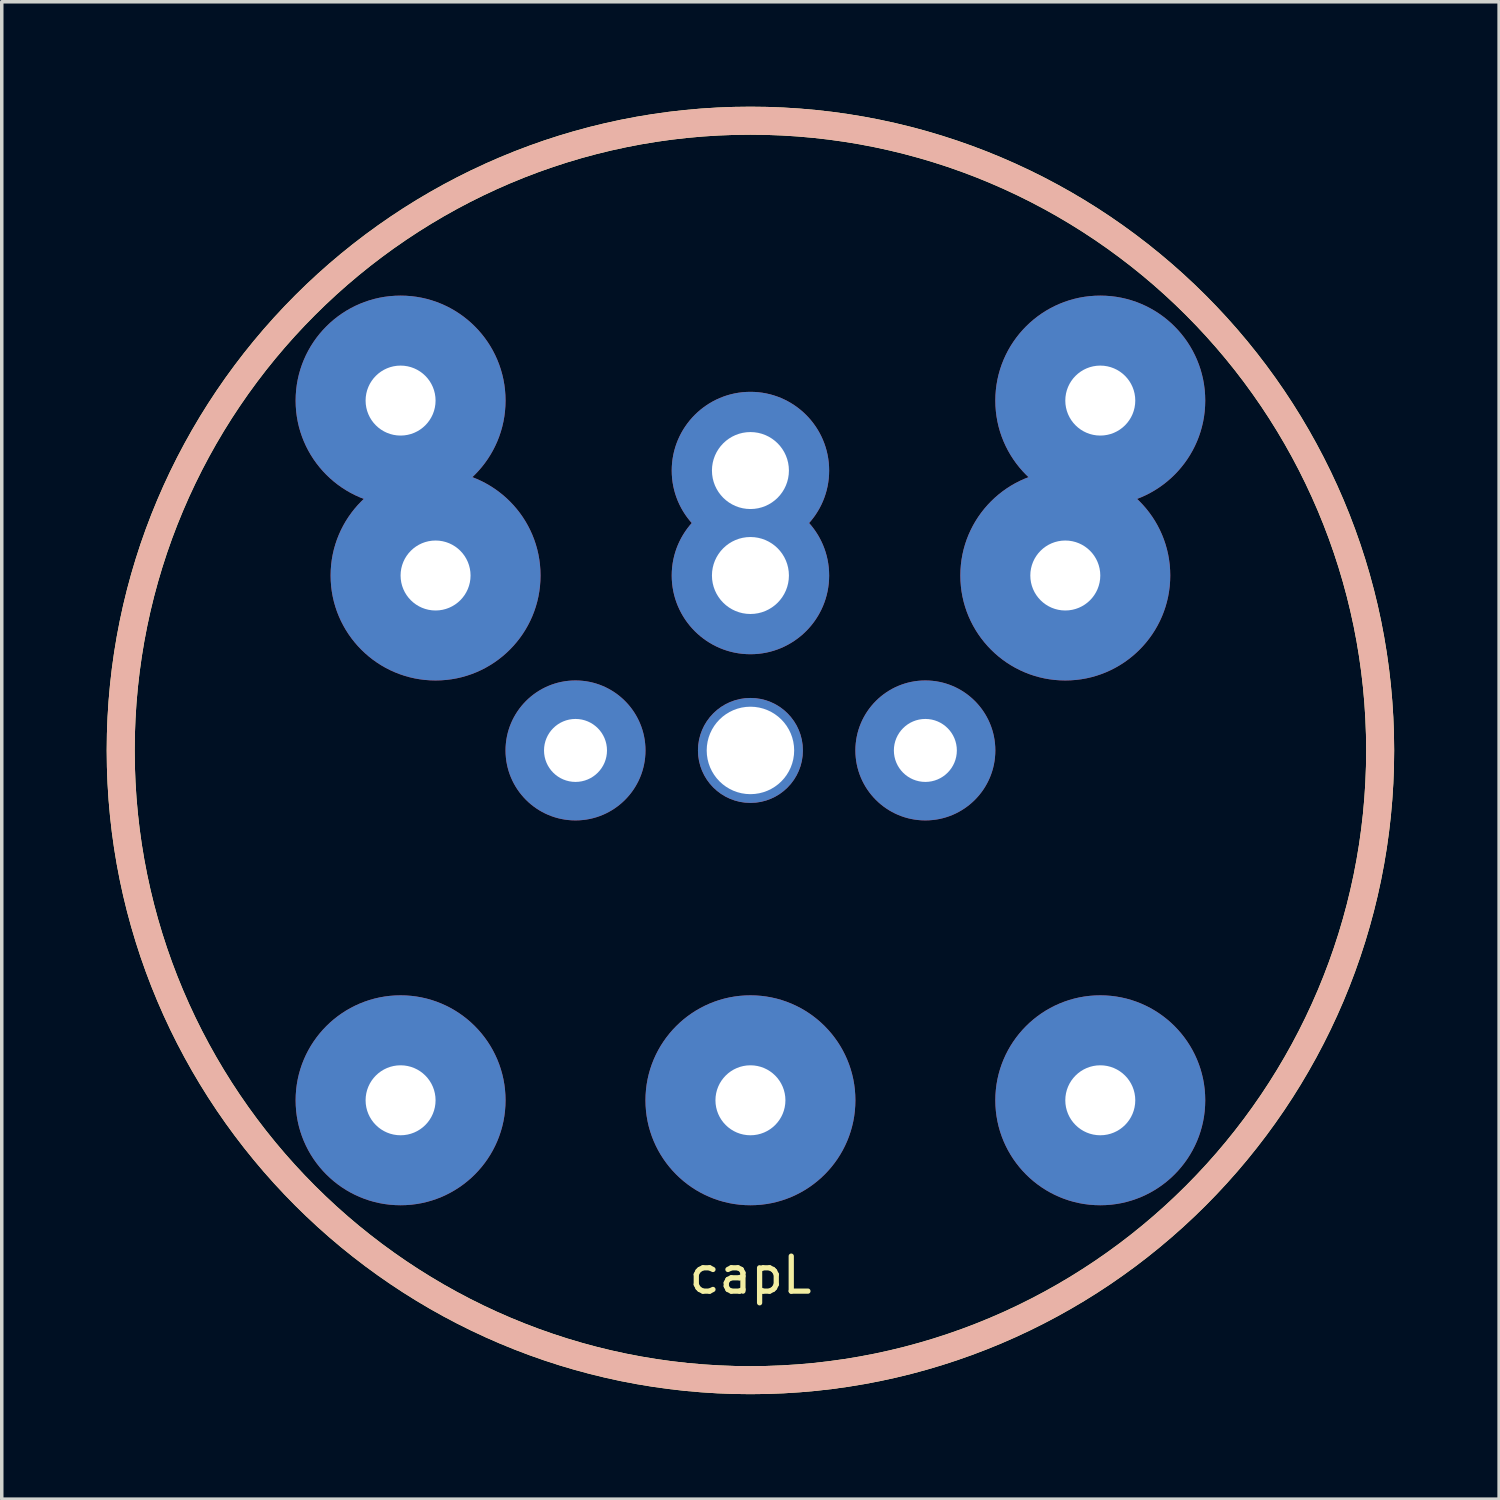
<source format=kicad_pcb>
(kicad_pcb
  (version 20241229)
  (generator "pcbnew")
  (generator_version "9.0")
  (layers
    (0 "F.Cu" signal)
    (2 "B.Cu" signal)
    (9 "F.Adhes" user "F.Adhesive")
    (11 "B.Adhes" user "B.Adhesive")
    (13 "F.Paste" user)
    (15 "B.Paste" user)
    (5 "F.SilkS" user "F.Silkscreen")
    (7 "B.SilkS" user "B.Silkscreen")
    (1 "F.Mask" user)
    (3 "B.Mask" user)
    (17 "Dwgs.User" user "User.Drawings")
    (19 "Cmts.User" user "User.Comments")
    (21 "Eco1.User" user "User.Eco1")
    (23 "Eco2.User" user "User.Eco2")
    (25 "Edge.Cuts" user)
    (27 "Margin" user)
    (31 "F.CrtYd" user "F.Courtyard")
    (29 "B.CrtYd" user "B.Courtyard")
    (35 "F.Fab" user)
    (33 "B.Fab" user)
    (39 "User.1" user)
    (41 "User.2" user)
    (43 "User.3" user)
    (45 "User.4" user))
  (footprint "capL"
    (layer "F.Cu")
    (at 18.4 18.4)
    (property "Reference" "capL" (at 0 15 0) (layer "F.SilkS") (effects (font (size 1 1) (thickness 0.15))))
    (attr through_hole)
    (fp_circle (center 0 0) (end 18 0) (stroke (width 0.8) (type solid)) (fill no) (layer "F.SilkS"))
    (fp_circle (center 0 0) (end 18 0) (stroke (width 0.8) (type solid)) (fill no) (layer "B.SilkS"))
    (pad "" np_thru_hole circle (at 0 0) (size 3 3) (drill 2.5) (layers "*.Cu" "*.Mask"))
    (pad "1" thru_hole circle (at -10 -10) (size 6 6) (drill 2) (layers "*.Cu" "*.Mask"))
    (pad "1" thru_hole circle (at -10 10) (size 6 6) (drill 2) (layers "*.Cu" "*.Mask"))
    (pad "1" thru_hole circle (at -9 -5) (size 6 6) (drill 2) (layers "*.Cu" "*.Mask"))
    (pad "1" thru_hole circle (at -5 0) (size 4 4) (drill 1.8) (layers "*.Cu" "*.Mask"))
    (pad "1" thru_hole circle (at 0 10) (size 6 6) (drill 2) (layers "*.Cu" "*.Mask"))
    (pad "1" thru_hole circle (at 9 -5) (size 6 6) (drill 2) (layers "*.Cu" "*.Mask"))
    (pad "1" thru_hole circle (at 10 -10) (size 6 6) (drill 2) (layers "*.Cu" "*.Mask"))
    (pad "1" thru_hole circle (at 10 10) (size 6 6) (drill 2) (layers "*.Cu" "*.Mask"))
    (pad "2" thru_hole circle (at 0 -8) (size 4.5 4.5) (drill 2.2) (layers "*.Cu" "*.Mask"))
    (pad "2" thru_hole circle (at 0 -5) (size 4.5 4.5) (drill 2.2) (layers "*.Cu" "*.Mask"))
    (pad "2" thru_hole circle (at 5 0) (size 4 4) (drill 1.8) (layers "*.Cu" "*.Mask")))
  (gr_rect
    (start -3 -3)
    (end 39.8 39.8)
    (stroke (width 0.1) (type default))
    (fill no)
    (layer "Edge.Cuts")))
</source>
